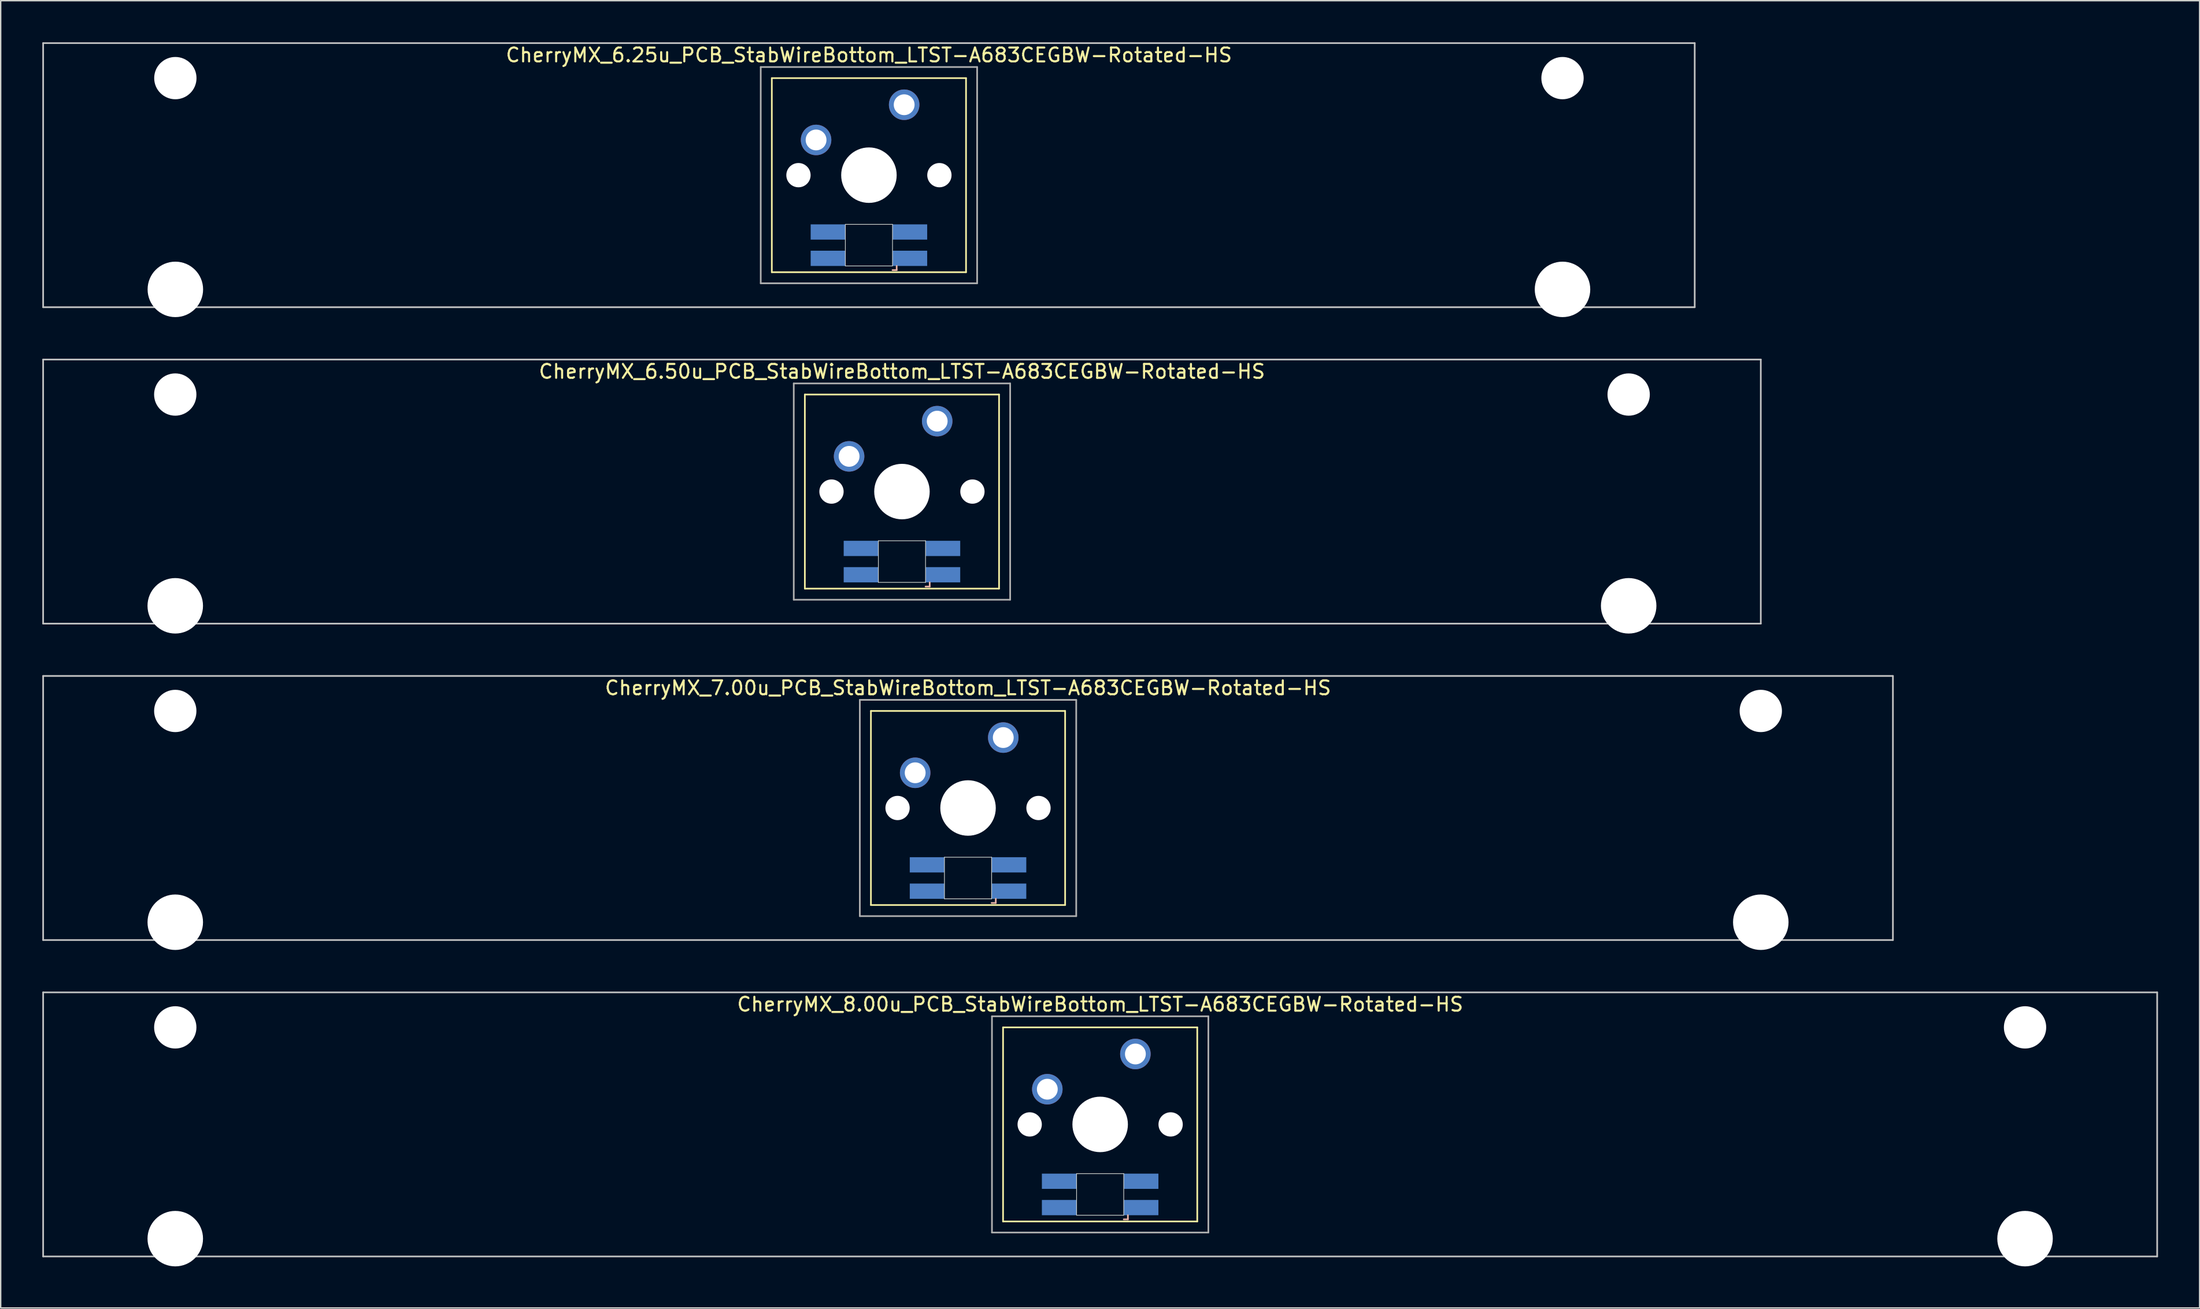
<source format=kicad_pcb>
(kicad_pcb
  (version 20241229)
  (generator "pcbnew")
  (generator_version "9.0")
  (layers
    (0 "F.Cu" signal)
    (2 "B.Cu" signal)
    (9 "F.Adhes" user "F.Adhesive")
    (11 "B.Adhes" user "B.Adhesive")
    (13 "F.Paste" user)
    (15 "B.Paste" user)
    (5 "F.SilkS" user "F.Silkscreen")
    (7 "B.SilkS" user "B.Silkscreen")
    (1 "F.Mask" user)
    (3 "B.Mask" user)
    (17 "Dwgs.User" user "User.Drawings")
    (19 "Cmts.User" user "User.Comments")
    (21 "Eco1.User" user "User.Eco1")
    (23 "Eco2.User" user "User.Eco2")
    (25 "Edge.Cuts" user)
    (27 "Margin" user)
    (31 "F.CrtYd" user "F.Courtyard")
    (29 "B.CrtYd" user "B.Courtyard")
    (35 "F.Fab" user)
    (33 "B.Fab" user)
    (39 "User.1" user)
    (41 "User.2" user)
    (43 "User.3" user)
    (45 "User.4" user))
  (footprint "CherryMX_8.00u_PCB_StabWireBottom_LTST-A683CEGBW-Rotated-HS"
    (layer "F.Cu")
    (at 76.26 78.06)
    (property "Reference" "CherryMX_8.00u_PCB_StabWireBottom_LTST-A683CEGBW-Rotated-HS" (at 0 -8.662 0) (layer "F.SilkS") (effects (font (size 1 1) (thickness 0.15))))
    (attr through_hole)
    (fp_line (start -7 -7) (end -7 7) (stroke (width 0.12) (type solid)) (layer "F.SilkS"))
    (fp_line (start -7 -7) (end 7 -7) (stroke (width 0.12) (type solid)) (layer "F.SilkS"))
    (fp_line (start 7 -7) (end 7 7) (stroke (width 0.12) (type solid)) (layer "F.SilkS"))
    (fp_line (start 7 7) (end -7 7) (stroke (width 0.12) (type solid)) (layer "F.SilkS"))
    (fp_line (start 1.7 6.85) (end 2 6.85) (stroke (width 0.12) (type solid)) (layer "B.SilkS"))
    (fp_line (start 2 6.85) (end 2 6.55) (stroke (width 0.12) (type solid)) (layer "B.SilkS"))
    (fp_line (start -76.2 -9.525) (end 76.2 -9.525) (stroke (width 0.12) (type solid)) (layer "Dwgs.User"))
    (fp_line (start -76.2 9.525) (end -76.2 -9.525) (stroke (width 0.12) (type solid)) (layer "Dwgs.User"))
    (fp_line (start 76.2 -9.525) (end 76.2 9.525) (stroke (width 0.12) (type solid)) (layer "Dwgs.User"))
    (fp_line (start 76.2 9.525) (end -76.2 9.525) (stroke (width 0.12) (type solid)) (layer "Dwgs.User"))
    (fp_line (start -1.7 3.55) (end 1.7 3.55) (stroke (width 0.05) (type solid)) (layer "Edge.Cuts"))
    (fp_line (start -1.7 6.55) (end -1.7 3.55) (stroke (width 0.05) (type solid)) (layer "Edge.Cuts"))
    (fp_line (start 1.7 3.55) (end 1.7 6.55) (stroke (width 0.05) (type solid)) (layer "Edge.Cuts"))
    (fp_line (start 1.7 6.55) (end -1.7 6.55) (stroke (width 0.05) (type solid)) (layer "Edge.Cuts"))
    (fp_line (start -7.8 -7.8) (end -7.8 7.8) (stroke (width 0.12) (type solid)) (layer "F.Fab"))
    (fp_line (start -7.8 -7.8) (end 7.8 -7.8) (stroke (width 0.12) (type solid)) (layer "F.Fab"))
    (fp_line (start -7.8 7.8) (end 7.8 7.8) (stroke (width 0.12) (type solid)) (layer "F.Fab"))
    (fp_line (start 7.8 -7.8) (end 7.8 7.8) (stroke (width 0.12) (type solid)) (layer "F.Fab"))
    (pad "" np_thru_hole circle (at -66.675 -7) (size 3.05 3.05) (drill 3.05) (layers "*.Cu" "*.Mask"))
    (pad "" np_thru_hole circle (at -66.675 8.24) (size 4 4) (drill 4) (layers "*.Cu" "*.Mask"))
    (pad "" np_thru_hole circle (at -5.08 0) (size 1.75 1.75) (drill 1.75) (layers "*.Cu" "*.Mask"))
    (pad "" np_thru_hole circle (at 0 0) (size 4 4) (drill 4) (layers "*.Cu" "*.Mask"))
    (pad "" np_thru_hole circle (at 5.08 0) (size 1.75 1.75) (drill 1.75) (layers "*.Cu" "*.Mask"))
    (pad "" np_thru_hole circle (at 66.675 -7) (size 3.05 3.05) (drill 3.05) (layers "*.Cu" "*.Mask"))
    (pad "" np_thru_hole circle (at 66.675 8.24) (size 4 4) (drill 4) (layers "*.Cu" "*.Mask"))
    (pad "1" thru_hole circle (at -3.81 -2.54) (size 2.2 2.2) (drill 1.5) (layers "*.Cu" "*.Mask"))
    (pad "2" thru_hole circle (at 2.54 -5.08) (size 2.2 2.2) (drill 1.5) (layers "*.Cu" "*.Mask"))
    (pad "3" smd rect (at 2.95 6) (size 2.5 1.1) (layers "B.Cu" "B.Mask" "B.Paste"))
    (pad "4" smd rect (at 2.95 4.1) (size 2.5 1.1) (layers "B.Cu" "B.Mask" "B.Paste"))
    (pad "5" smd rect (at -2.95 6) (size 2.5 1.1) (layers "B.Cu" "B.Mask" "B.Paste"))
    (pad "6" smd rect (at -2.95 4.1) (size 2.5 1.1) (layers "B.Cu" "B.Mask" "B.Paste")))
  (footprint "CherryMX_7.00u_PCB_StabWireBottom_LTST-A683CEGBW-Rotated-HS"
    (layer "F.Cu")
    (at 66.735 55.235)
    (property "Reference" "CherryMX_7.00u_PCB_StabWireBottom_LTST-A683CEGBW-Rotated-HS" (at 0 -8.662 0) (layer "F.SilkS") (effects (font (size 1 1) (thickness 0.15))))
    (attr through_hole)
    (fp_line (start -7 -7) (end -7 7) (stroke (width 0.12) (type solid)) (layer "F.SilkS"))
    (fp_line (start -7 -7) (end 7 -7) (stroke (width 0.12) (type solid)) (layer "F.SilkS"))
    (fp_line (start 7 -7) (end 7 7) (stroke (width 0.12) (type solid)) (layer "F.SilkS"))
    (fp_line (start 7 7) (end -7 7) (stroke (width 0.12) (type solid)) (layer "F.SilkS"))
    (fp_line (start 1.7 6.85) (end 2 6.85) (stroke (width 0.12) (type solid)) (layer "B.SilkS"))
    (fp_line (start 2 6.85) (end 2 6.55) (stroke (width 0.12) (type solid)) (layer "B.SilkS"))
    (fp_line (start -66.675 -9.525) (end 66.675 -9.525) (stroke (width 0.12) (type solid)) (layer "Dwgs.User"))
    (fp_line (start -66.675 9.525) (end -66.675 -9.525) (stroke (width 0.12) (type solid)) (layer "Dwgs.User"))
    (fp_line (start 66.675 -9.525) (end 66.675 9.525) (stroke (width 0.12) (type solid)) (layer "Dwgs.User"))
    (fp_line (start 66.675 9.525) (end -66.675 9.525) (stroke (width 0.12) (type solid)) (layer "Dwgs.User"))
    (fp_line (start -1.7 3.55) (end 1.7 3.55) (stroke (width 0.05) (type solid)) (layer "Edge.Cuts"))
    (fp_line (start -1.7 6.55) (end -1.7 3.55) (stroke (width 0.05) (type solid)) (layer "Edge.Cuts"))
    (fp_line (start 1.7 3.55) (end 1.7 6.55) (stroke (width 0.05) (type solid)) (layer "Edge.Cuts"))
    (fp_line (start 1.7 6.55) (end -1.7 6.55) (stroke (width 0.05) (type solid)) (layer "Edge.Cuts"))
    (fp_line (start -7.8 -7.8) (end -7.8 7.8) (stroke (width 0.12) (type solid)) (layer "F.Fab"))
    (fp_line (start -7.8 -7.8) (end 7.8 -7.8) (stroke (width 0.12) (type solid)) (layer "F.Fab"))
    (fp_line (start -7.8 7.8) (end 7.8 7.8) (stroke (width 0.12) (type solid)) (layer "F.Fab"))
    (fp_line (start 7.8 -7.8) (end 7.8 7.8) (stroke (width 0.12) (type solid)) (layer "F.Fab"))
    (pad "" np_thru_hole circle (at -57.15 -7) (size 3.05 3.05) (drill 3.05) (layers "*.Cu" "*.Mask"))
    (pad "" np_thru_hole circle (at -57.15 8.24) (size 4 4) (drill 4) (layers "*.Cu" "*.Mask"))
    (pad "" np_thru_hole circle (at -5.08 0) (size 1.75 1.75) (drill 1.75) (layers "*.Cu" "*.Mask"))
    (pad "" np_thru_hole circle (at 0 0) (size 4 4) (drill 4) (layers "*.Cu" "*.Mask"))
    (pad "" np_thru_hole circle (at 5.08 0) (size 1.75 1.75) (drill 1.75) (layers "*.Cu" "*.Mask"))
    (pad "" np_thru_hole circle (at 57.15 -7) (size 3.05 3.05) (drill 3.05) (layers "*.Cu" "*.Mask"))
    (pad "" np_thru_hole circle (at 57.15 8.24) (size 4 4) (drill 4) (layers "*.Cu" "*.Mask"))
    (pad "1" thru_hole circle (at -3.81 -2.54) (size 2.2 2.2) (drill 1.5) (layers "*.Cu" "*.Mask"))
    (pad "2" thru_hole circle (at 2.54 -5.08) (size 2.2 2.2) (drill 1.5) (layers "*.Cu" "*.Mask"))
    (pad "3" smd rect (at 2.95 6) (size 2.5 1.1) (layers "B.Cu" "B.Mask" "B.Paste"))
    (pad "4" smd rect (at 2.95 4.1) (size 2.5 1.1) (layers "B.Cu" "B.Mask" "B.Paste"))
    (pad "5" smd rect (at -2.95 6) (size 2.5 1.1) (layers "B.Cu" "B.Mask" "B.Paste"))
    (pad "6" smd rect (at -2.95 4.1) (size 2.5 1.1) (layers "B.Cu" "B.Mask" "B.Paste")))
  (footprint "CherryMX_6.25u_PCB_StabWireBottom_LTST-A683CEGBW-Rotated-HS"
    (layer "F.Cu")
    (at 59.591 9.585)
    (property "Reference" "CherryMX_6.25u_PCB_StabWireBottom_LTST-A683CEGBW-Rotated-HS" (at 0 -8.662 0) (layer "F.SilkS") (effects (font (size 1 1) (thickness 0.15))))
    (attr through_hole)
    (fp_line (start -7 -7) (end -7 7) (stroke (width 0.12) (type solid)) (layer "F.SilkS"))
    (fp_line (start -7 -7) (end 7 -7) (stroke (width 0.12) (type solid)) (layer "F.SilkS"))
    (fp_line (start 7 -7) (end 7 7) (stroke (width 0.12) (type solid)) (layer "F.SilkS"))
    (fp_line (start 7 7) (end -7 7) (stroke (width 0.12) (type solid)) (layer "F.SilkS"))
    (fp_line (start 1.7 6.85) (end 2 6.85) (stroke (width 0.12) (type solid)) (layer "B.SilkS"))
    (fp_line (start 2 6.85) (end 2 6.55) (stroke (width 0.12) (type solid)) (layer "B.SilkS"))
    (fp_line (start -59.531 -9.525) (end 59.531 -9.525) (stroke (width 0.12) (type solid)) (layer "Dwgs.User"))
    (fp_line (start -59.531 9.525) (end -59.531 -9.525) (stroke (width 0.12) (type solid)) (layer "Dwgs.User"))
    (fp_line (start 59.531 -9.525) (end 59.531 9.525) (stroke (width 0.12) (type solid)) (layer "Dwgs.User"))
    (fp_line (start 59.531 9.525) (end -59.531 9.525) (stroke (width 0.12) (type solid)) (layer "Dwgs.User"))
    (fp_line (start -1.7 3.55) (end 1.7 3.55) (stroke (width 0.05) (type solid)) (layer "Edge.Cuts"))
    (fp_line (start -1.7 6.55) (end -1.7 3.55) (stroke (width 0.05) (type solid)) (layer "Edge.Cuts"))
    (fp_line (start 1.7 3.55) (end 1.7 6.55) (stroke (width 0.05) (type solid)) (layer "Edge.Cuts"))
    (fp_line (start 1.7 6.55) (end -1.7 6.55) (stroke (width 0.05) (type solid)) (layer "Edge.Cuts"))
    (fp_line (start -7.8 -7.8) (end -7.8 7.8) (stroke (width 0.12) (type solid)) (layer "F.Fab"))
    (fp_line (start -7.8 -7.8) (end 7.8 -7.8) (stroke (width 0.12) (type solid)) (layer "F.Fab"))
    (fp_line (start -7.8 7.8) (end 7.8 7.8) (stroke (width 0.12) (type solid)) (layer "F.Fab"))
    (fp_line (start 7.8 -7.8) (end 7.8 7.8) (stroke (width 0.12) (type solid)) (layer "F.Fab"))
    (pad "" np_thru_hole circle (at -50 -7) (size 3.05 3.05) (drill 3.05) (layers "*.Cu" "*.Mask"))
    (pad "" np_thru_hole circle (at -50 8.24) (size 4 4) (drill 4) (layers "*.Cu" "*.Mask"))
    (pad "" np_thru_hole circle (at -5.08 0) (size 1.75 1.75) (drill 1.75) (layers "*.Cu" "*.Mask"))
    (pad "" np_thru_hole circle (at 0 0) (size 4 4) (drill 4) (layers "*.Cu" "*.Mask"))
    (pad "" np_thru_hole circle (at 5.08 0) (size 1.75 1.75) (drill 1.75) (layers "*.Cu" "*.Mask"))
    (pad "" np_thru_hole circle (at 50 -7) (size 3.05 3.05) (drill 3.05) (layers "*.Cu" "*.Mask"))
    (pad "" np_thru_hole circle (at 50 8.24) (size 4 4) (drill 4) (layers "*.Cu" "*.Mask"))
    (pad "1" thru_hole circle (at -3.81 -2.54) (size 2.2 2.2) (drill 1.5) (layers "*.Cu" "*.Mask"))
    (pad "2" thru_hole circle (at 2.54 -5.08) (size 2.2 2.2) (drill 1.5) (layers "*.Cu" "*.Mask"))
    (pad "3" smd rect (at 2.95 6) (size 2.5 1.1) (layers "B.Cu" "B.Mask" "B.Paste"))
    (pad "4" smd rect (at 2.95 4.1) (size 2.5 1.1) (layers "B.Cu" "B.Mask" "B.Paste"))
    (pad "5" smd rect (at -2.95 6) (size 2.5 1.1) (layers "B.Cu" "B.Mask" "B.Paste"))
    (pad "6" smd rect (at -2.95 4.1) (size 2.5 1.1) (layers "B.Cu" "B.Mask" "B.Paste")))
  (footprint "CherryMX_6.50u_PCB_StabWireBottom_LTST-A683CEGBW-Rotated-HS"
    (layer "F.Cu")
    (at 61.972 32.41)
    (property "Reference" "CherryMX_6.50u_PCB_StabWireBottom_LTST-A683CEGBW-Rotated-HS" (at 0 -8.662 0) (layer "F.SilkS") (effects (font (size 1 1) (thickness 0.15))))
    (attr through_hole)
    (fp_line (start -7 -7) (end -7 7) (stroke (width 0.12) (type solid)) (layer "F.SilkS"))
    (fp_line (start -7 -7) (end 7 -7) (stroke (width 0.12) (type solid)) (layer "F.SilkS"))
    (fp_line (start 7 -7) (end 7 7) (stroke (width 0.12) (type solid)) (layer "F.SilkS"))
    (fp_line (start 7 7) (end -7 7) (stroke (width 0.12) (type solid)) (layer "F.SilkS"))
    (fp_line (start 1.7 6.85) (end 2 6.85) (stroke (width 0.12) (type solid)) (layer "B.SilkS"))
    (fp_line (start 2 6.85) (end 2 6.55) (stroke (width 0.12) (type solid)) (layer "B.SilkS"))
    (fp_line (start -61.913 -9.525) (end 61.913 -9.525) (stroke (width 0.12) (type solid)) (layer "Dwgs.User"))
    (fp_line (start -61.913 9.525) (end -61.913 -9.525) (stroke (width 0.12) (type solid)) (layer "Dwgs.User"))
    (fp_line (start 61.913 -9.525) (end 61.913 9.525) (stroke (width 0.12) (type solid)) (layer "Dwgs.User"))
    (fp_line (start 61.913 9.525) (end -61.913 9.525) (stroke (width 0.12) (type solid)) (layer "Dwgs.User"))
    (fp_line (start -1.7 3.55) (end 1.7 3.55) (stroke (width 0.05) (type solid)) (layer "Edge.Cuts"))
    (fp_line (start -1.7 6.55) (end -1.7 3.55) (stroke (width 0.05) (type solid)) (layer "Edge.Cuts"))
    (fp_line (start 1.7 3.55) (end 1.7 6.55) (stroke (width 0.05) (type solid)) (layer "Edge.Cuts"))
    (fp_line (start 1.7 6.55) (end -1.7 6.55) (stroke (width 0.05) (type solid)) (layer "Edge.Cuts"))
    (fp_line (start -7.8 -7.8) (end -7.8 7.8) (stroke (width 0.12) (type solid)) (layer "F.Fab"))
    (fp_line (start -7.8 -7.8) (end 7.8 -7.8) (stroke (width 0.12) (type solid)) (layer "F.Fab"))
    (fp_line (start -7.8 7.8) (end 7.8 7.8) (stroke (width 0.12) (type solid)) (layer "F.Fab"))
    (fp_line (start 7.8 -7.8) (end 7.8 7.8) (stroke (width 0.12) (type solid)) (layer "F.Fab"))
    (pad "" np_thru_hole circle (at -52.388 -7) (size 3.05 3.05) (drill 3.05) (layers "*.Cu" "*.Mask"))
    (pad "" np_thru_hole circle (at -52.388 8.24) (size 4 4) (drill 4) (layers "*.Cu" "*.Mask"))
    (pad "" np_thru_hole circle (at -5.08 0) (size 1.75 1.75) (drill 1.75) (layers "*.Cu" "*.Mask"))
    (pad "" np_thru_hole circle (at 0 0) (size 4 4) (drill 4) (layers "*.Cu" "*.Mask"))
    (pad "" np_thru_hole circle (at 5.08 0) (size 1.75 1.75) (drill 1.75) (layers "*.Cu" "*.Mask"))
    (pad "" np_thru_hole circle (at 52.388 -7) (size 3.05 3.05) (drill 3.05) (layers "*.Cu" "*.Mask"))
    (pad "" np_thru_hole circle (at 52.388 8.24) (size 4 4) (drill 4) (layers "*.Cu" "*.Mask"))
    (pad "1" thru_hole circle (at -3.81 -2.54) (size 2.2 2.2) (drill 1.5) (layers "*.Cu" "*.Mask"))
    (pad "2" thru_hole circle (at 2.54 -5.08) (size 2.2 2.2) (drill 1.5) (layers "*.Cu" "*.Mask"))
    (pad "3" smd rect (at 2.95 6) (size 2.5 1.1) (layers "B.Cu" "B.Mask" "B.Paste"))
    (pad "4" smd rect (at 2.95 4.1) (size 2.5 1.1) (layers "B.Cu" "B.Mask" "B.Paste"))
    (pad "5" smd rect (at -2.95 6) (size 2.5 1.1) (layers "B.Cu" "B.Mask" "B.Paste"))
    (pad "6" smd rect (at -2.95 4.1) (size 2.5 1.1) (layers "B.Cu" "B.Mask" "B.Paste")))
  (gr_rect
    (start -3 -3)
    (end 155.52 91.3)
    (stroke (width 0.1) (type default))
    (fill no)
    (layer "Edge.Cuts")))
</source>
